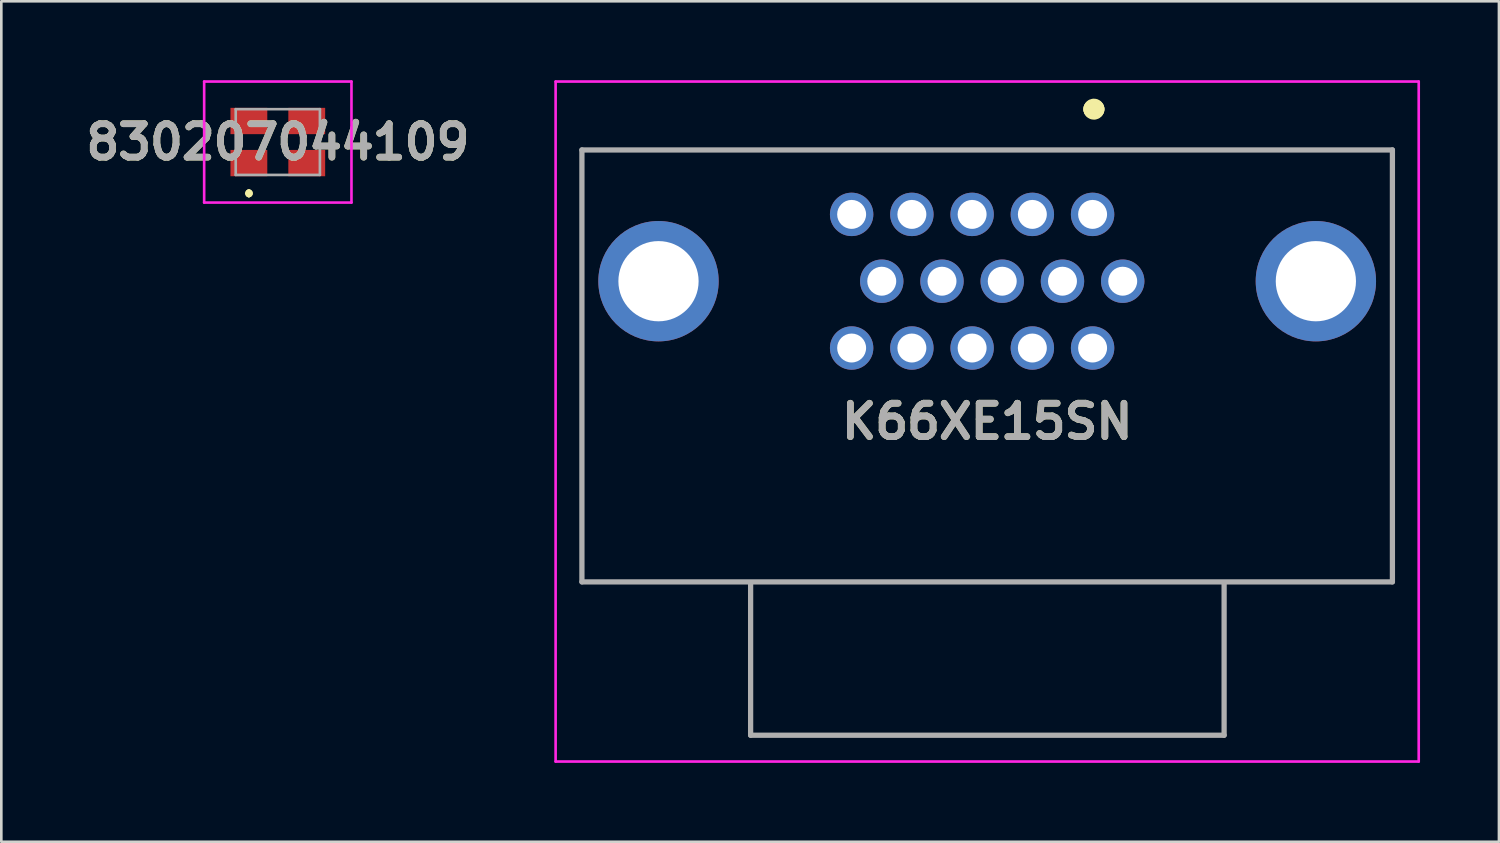
<source format=kicad_pcb>
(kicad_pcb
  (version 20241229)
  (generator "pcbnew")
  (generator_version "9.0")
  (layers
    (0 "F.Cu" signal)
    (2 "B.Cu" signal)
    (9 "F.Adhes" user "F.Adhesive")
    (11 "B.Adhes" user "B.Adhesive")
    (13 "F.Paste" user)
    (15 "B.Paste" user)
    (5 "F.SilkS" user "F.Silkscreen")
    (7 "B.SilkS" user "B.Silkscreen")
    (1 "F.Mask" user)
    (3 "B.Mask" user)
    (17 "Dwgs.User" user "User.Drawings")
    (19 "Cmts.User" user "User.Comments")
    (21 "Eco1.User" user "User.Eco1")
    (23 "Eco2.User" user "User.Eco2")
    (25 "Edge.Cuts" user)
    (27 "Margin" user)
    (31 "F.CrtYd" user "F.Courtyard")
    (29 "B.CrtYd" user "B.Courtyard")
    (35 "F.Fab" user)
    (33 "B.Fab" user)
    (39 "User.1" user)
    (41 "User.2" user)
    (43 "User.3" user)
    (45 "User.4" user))
  (footprint "830207044109"
    (layer "F.Cu")
    (at 7.511 2.35)
    (property "Reference" "830207044109" (at 0 0 0) (layer "F.SilkS") (effects (font (size 1.27 1.27) (thickness 0.254))))
    (attr smd)
    (fp_line (start -1.1 1.9) (end -1.1 1.9) (stroke (width 0.2) (type solid)) (layer "F.SilkS"))
    (fp_line (start -1.1 2) (end -1.1 2) (stroke (width 0.2) (type solid)) (layer "F.SilkS"))
    (fp_line (start -1.1 2) (end -1.1 2) (stroke (width 0.2) (type solid)) (layer "F.SilkS"))
    (fp_arc (start -1.1 1.9) (mid -1.05 1.95) (end -1.1 2) (stroke (width 0.2) (type solid)) (layer "F.SilkS"))
    (fp_arc (start -1.1 1.9) (mid -1.05 1.95) (end -1.1 2) (stroke (width 0.2) (type solid)) (layer "F.SilkS"))
    (fp_arc (start -1.1 2) (mid -1.15 1.95) (end -1.1 1.9) (stroke (width 0.2) (type solid)) (layer "F.SilkS"))
    (fp_line (start -2.8 -2.3) (end 2.8 -2.3) (stroke (width 0.1) (type solid)) (layer "F.CrtYd"))
    (fp_line (start -2.8 2.3) (end -2.8 -2.3) (stroke (width 0.1) (type solid)) (layer "F.CrtYd"))
    (fp_line (start 2.8 -2.3) (end 2.8 2.3) (stroke (width 0.1) (type solid)) (layer "F.CrtYd"))
    (fp_line (start 2.8 2.3) (end -2.8 2.3) (stroke (width 0.1) (type solid)) (layer "F.CrtYd"))
    (fp_line (start -1.6 -1.25) (end 1.6 -1.25) (stroke (width 0.1) (type solid)) (layer "F.Fab"))
    (fp_line (start -1.6 1.25) (end -1.6 -1.25) (stroke (width 0.1) (type solid)) (layer "F.Fab"))
    (fp_line (start 1.6 -1.25) (end 1.6 1.25) (stroke (width 0.1) (type solid)) (layer "F.Fab"))
    (fp_line (start 1.6 1.25) (end -1.6 1.25) (stroke (width 0.1) (type solid)) (layer "F.Fab"))
    (fp_text user "${REFERENCE}" (at 0 0 0) (layer "F.Fab") (effects (font (size 1.27 1.27) (thickness 0.254))))
    (pad "1" smd rect (at -1.1 0.8 90) (size 1 1.4) (layers "F.Cu" "F.Mask" "F.Paste"))
    (pad "2" smd rect (at 1.1 0.8 90) (size 1 1.4) (layers "F.Cu" "F.Mask" "F.Paste"))
    (pad "3" smd rect (at 1.1 -0.8 90) (size 1 1.4) (layers "F.Cu" "F.Mask" "F.Paste"))
    (pad "4" smd rect (at -1.1 -0.8 90) (size 1 1.4) (layers "F.Cu" "F.Mask" "F.Paste")))
  (footprint "K66XE15SN"
    (layer "F.Cu")
    (at 38.485 5.1)
    (property "Reference" "K66XE15SN" (at -4.008 7.875 0) (layer "F.SilkS") (effects (font (size 1.27 1.27) (thickness 0.254))))
    (attr through_hole)
    (fp_line (start -19.413 -2.45) (end -19.413 13.97) (stroke (width 0.1) (type solid)) (layer "F.SilkS"))
    (fp_line (start -19.413 13.97) (end 11.398 13.97) (stroke (width 0.1) (type solid)) (layer "F.SilkS"))
    (fp_line (start 0 -4) (end 0 -4) (stroke (width 0.7) (type solid)) (layer "F.SilkS"))
    (fp_line (start 0.1 -4) (end 0.1 -4) (stroke (width 0.7) (type solid)) (layer "F.SilkS"))
    (fp_line (start 11.398 -2.45) (end -19.413 -2.45) (stroke (width 0.1) (type solid)) (layer "F.SilkS"))
    (fp_line (start 11.398 13.97) (end 11.398 -2.45) (stroke (width 0.1) (type solid)) (layer "F.SilkS"))
    (fp_arc (start 0 -4) (mid 0.05 -4.05) (end 0.1 -4) (stroke (width 0.7) (type solid)) (layer "F.SilkS"))
    (fp_arc (start 0.1 -4) (mid 0.05 -3.95) (end 0 -4) (stroke (width 0.7) (type solid)) (layer "F.SilkS"))
    (fp_line (start -20.413 -5.05) (end -20.413 20.8) (stroke (width 0.1) (type solid)) (layer "F.CrtYd"))
    (fp_line (start -20.413 20.8) (end 12.398 20.8) (stroke (width 0.1) (type solid)) (layer "F.CrtYd"))
    (fp_line (start 12.398 -5.05) (end -20.413 -5.05) (stroke (width 0.1) (type solid)) (layer "F.CrtYd"))
    (fp_line (start 12.398 20.8) (end 12.398 -5.05) (stroke (width 0.1) (type solid)) (layer "F.CrtYd"))
    (fp_line (start -19.413 -2.45) (end -19.413 13.97) (stroke (width 0.2) (type solid)) (layer "F.Fab"))
    (fp_line (start -19.413 13.97) (end 11.398 13.97) (stroke (width 0.2) (type solid)) (layer "F.Fab"))
    (fp_line (start -13 19.8) (end -13 14) (stroke (width 0.2) (type solid)) (layer "F.Fab"))
    (fp_line (start 5 14) (end 5 19.8) (stroke (width 0.2) (type solid)) (layer "F.Fab"))
    (fp_line (start 5 19.8) (end -13 19.8) (stroke (width 0.2) (type solid)) (layer "F.Fab"))
    (fp_line (start 11.398 -2.45) (end -19.413 -2.45) (stroke (width 0.2) (type solid)) (layer "F.Fab"))
    (fp_line (start 11.398 13.97) (end 11.398 -2.45) (stroke (width 0.2) (type solid)) (layer "F.Fab"))
    (fp_text user "${REFERENCE}" (at -4.008 7.875 0) (layer "F.Fab") (effects (font (size 1.27 1.27) (thickness 0.254))))
    (pad "1" thru_hole circle (at 0 0) (size 1.65 1.65) (drill 1.1) (layers "*.Cu" "*.Mask"))
    (pad "2" thru_hole circle (at -2.29 0) (size 1.65 1.65) (drill 1.1) (layers "*.Cu" "*.Mask"))
    (pad "3" thru_hole circle (at -4.58 0) (size 1.65 1.65) (drill 1.1) (layers "*.Cu" "*.Mask"))
    (pad "4" thru_hole circle (at -6.87 0) (size 1.65 1.65) (drill 1.1) (layers "*.Cu" "*.Mask"))
    (pad "5" thru_hole circle (at -9.16 0) (size 1.65 1.65) (drill 1.1) (layers "*.Cu" "*.Mask"))
    (pad "6" thru_hole circle (at 1.145 2.54) (size 1.65 1.65) (drill 1.1) (layers "*.Cu" "*.Mask"))
    (pad "7" thru_hole circle (at -1.145 2.54) (size 1.65 1.65) (drill 1.1) (layers "*.Cu" "*.Mask"))
    (pad "8" thru_hole circle (at -3.435 2.54) (size 1.65 1.65) (drill 1.1) (layers "*.Cu" "*.Mask"))
    (pad "9" thru_hole circle (at -5.725 2.54) (size 1.65 1.65) (drill 1.1) (layers "*.Cu" "*.Mask"))
    (pad "10" thru_hole circle (at -8.015 2.54) (size 1.65 1.65) (drill 1.1) (layers "*.Cu" "*.Mask"))
    (pad "11" thru_hole circle (at 0 5.08) (size 1.65 1.65) (drill 1.1) (layers "*.Cu" "*.Mask"))
    (pad "12" thru_hole circle (at -2.29 5.08) (size 1.65 1.65) (drill 1.1) (layers "*.Cu" "*.Mask"))
    (pad "13" thru_hole circle (at -4.58 5.08) (size 1.65 1.65) (drill 1.1) (layers "*.Cu" "*.Mask"))
    (pad "14" thru_hole circle (at -6.87 5.08) (size 1.65 1.65) (drill 1.1) (layers "*.Cu" "*.Mask"))
    (pad "15" thru_hole circle (at -9.16 5.08) (size 1.65 1.65) (drill 1.1) (layers "*.Cu" "*.Mask"))
    (pad "MH1" thru_hole circle (at 8.488 2.54) (size 4.575 4.575) (drill 3.05) (layers "*.Cu" "*.Mask"))
    (pad "MH2" thru_hole circle (at -16.502 2.54) (size 4.575 4.575) (drill 3.05) (layers "*.Cu" "*.Mask")))
  (gr_rect
    (start -3 -3)
    (end 53.933 28.95)
    (stroke (width 0.1) (type default))
    (fill no)
    (layer "Edge.Cuts")))
</source>
